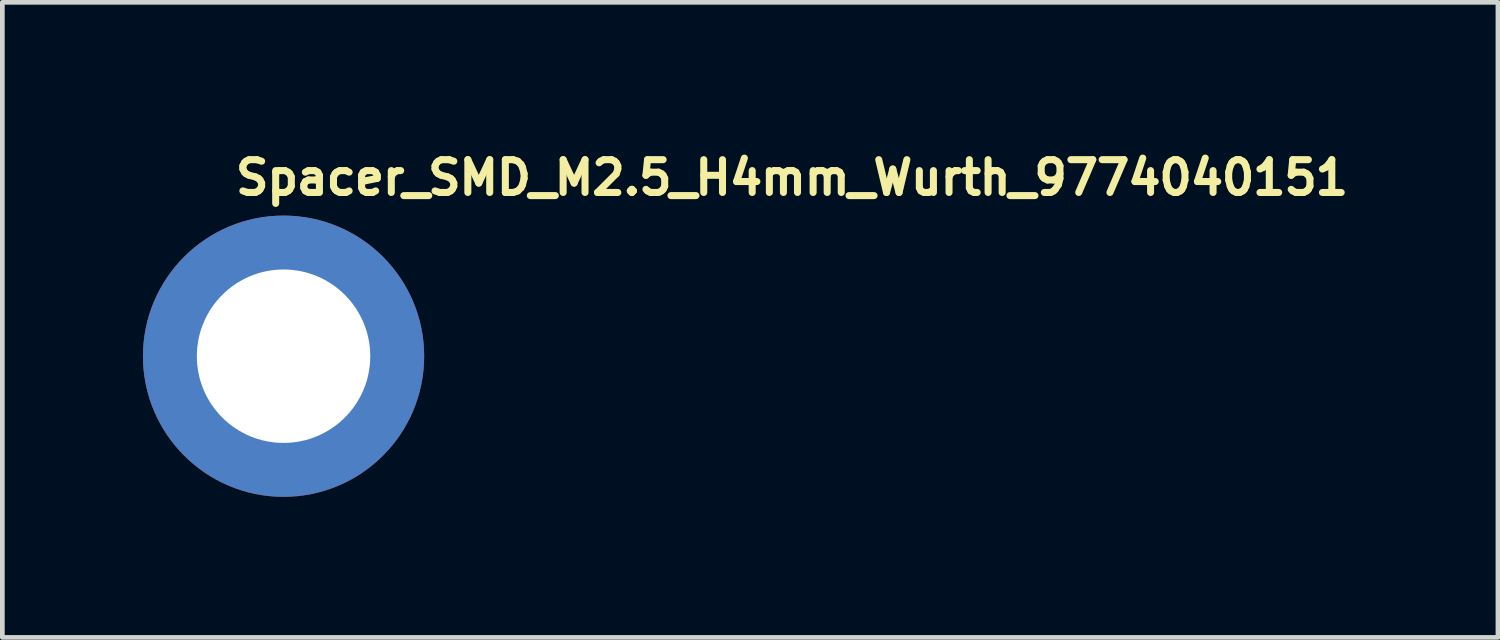
<source format=kicad_pcb>
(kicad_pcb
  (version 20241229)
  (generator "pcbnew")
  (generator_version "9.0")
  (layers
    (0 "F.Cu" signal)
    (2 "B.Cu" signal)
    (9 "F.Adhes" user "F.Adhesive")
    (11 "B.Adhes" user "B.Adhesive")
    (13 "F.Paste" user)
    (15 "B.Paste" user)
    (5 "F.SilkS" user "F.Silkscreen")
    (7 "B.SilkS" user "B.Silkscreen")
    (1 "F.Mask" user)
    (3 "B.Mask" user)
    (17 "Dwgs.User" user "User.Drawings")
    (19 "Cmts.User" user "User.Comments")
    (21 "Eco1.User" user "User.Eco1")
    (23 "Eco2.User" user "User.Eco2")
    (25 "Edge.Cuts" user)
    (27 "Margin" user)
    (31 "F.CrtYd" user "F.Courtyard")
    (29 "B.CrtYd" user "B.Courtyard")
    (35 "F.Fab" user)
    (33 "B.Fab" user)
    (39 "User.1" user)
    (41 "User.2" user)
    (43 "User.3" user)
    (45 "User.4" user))
  (footprint "Spacer_SMD_M2.5_H4mm_Wurth_9774040151"
    (layer "F.Cu")
    (at 3 4.55)
    (property "Reference" "Spacer_SMD_M2.5_H4mm_Wurth_9774040151" (at -1.1 -3.4 0) (layer "F.SilkS") (effects (font (size 0.7 0.7) (thickness 0.15)) (justify left bottom)))
    (attr smd)
    (fp_circle (center 0 0) (end 2.499 0) (stroke (width 1) (type solid)) (fill no) (layer "F.Paste"))
    (fp_line (start -2.551 0) (end -2.551 0) (stroke (width 0.02) (type solid)) (layer "User.9"))
    (fp_line (start -2.551 0) (end -2.548 0.131) (stroke (width 0.02) (type solid)) (layer "User.9"))
    (fp_line (start -2.548 -0.133) (end -2.551 0) (stroke (width 0.02) (type solid)) (layer "User.9"))
    (fp_line (start -2.548 0.131) (end -2.537 0.26) (stroke (width 0.02) (type solid)) (layer "User.9"))
    (fp_line (start -2.537 -0.262) (end -2.548 -0.133) (stroke (width 0.02) (type solid)) (layer "User.9"))
    (fp_line (start -2.537 0.26) (end -2.521 0.388) (stroke (width 0.02) (type solid)) (layer "User.9"))
    (fp_line (start -2.521 -0.39) (end -2.537 -0.262) (stroke (width 0.02) (type solid)) (layer "User.9"))
    (fp_line (start -2.521 0.388) (end -2.5 0.513) (stroke (width 0.02) (type solid)) (layer "User.9"))
    (fp_line (start -2.5 -0.515) (end -2.521 -0.39) (stroke (width 0.02) (type solid)) (layer "User.9"))
    (fp_line (start -2.5 0.513) (end -2.471 0.636) (stroke (width 0.02) (type solid)) (layer "User.9"))
    (fp_line (start -2.471 -0.638) (end -2.5 -0.515) (stroke (width 0.02) (type solid)) (layer "User.9"))
    (fp_line (start -2.471 0.636) (end -2.436 0.757) (stroke (width 0.02) (type solid)) (layer "User.9"))
    (fp_line (start -2.436 -0.759) (end -2.471 -0.638) (stroke (width 0.02) (type solid)) (layer "User.9"))
    (fp_line (start -2.436 0.757) (end -2.396 0.875) (stroke (width 0.02) (type solid)) (layer "User.9"))
    (fp_line (start -2.396 -0.877) (end -2.436 -0.759) (stroke (width 0.02) (type solid)) (layer "User.9"))
    (fp_line (start -2.396 0.875) (end -2.351 0.991) (stroke (width 0.02) (type solid)) (layer "User.9"))
    (fp_line (start -2.351 -0.993) (end -2.396 -0.877) (stroke (width 0.02) (type solid)) (layer "User.9"))
    (fp_line (start -2.351 0.991) (end -2.299 1.104) (stroke (width 0.02) (type solid)) (layer "User.9"))
    (fp_line (start -2.299 -1.107) (end -2.351 -0.993) (stroke (width 0.02) (type solid)) (layer "User.9"))
    (fp_line (start -2.299 1.104) (end -2.243 1.215) (stroke (width 0.02) (type solid)) (layer "User.9"))
    (fp_line (start -2.243 -1.216) (end -2.299 -1.107) (stroke (width 0.02) (type solid)) (layer "User.9"))
    (fp_line (start -2.243 1.215) (end -2.182 1.322) (stroke (width 0.02) (type solid)) (layer "User.9"))
    (fp_line (start -2.182 -1.323) (end -2.243 -1.216) (stroke (width 0.02) (type solid)) (layer "User.9"))
    (fp_line (start -2.182 1.322) (end -2.116 1.425) (stroke (width 0.02) (type solid)) (layer "User.9"))
    (fp_line (start -2.116 -1.426) (end -2.182 -1.323) (stroke (width 0.02) (type solid)) (layer "User.9"))
    (fp_line (start -2.116 1.425) (end -2.044 1.525) (stroke (width 0.02) (type solid)) (layer "User.9"))
    (fp_line (start -2.044 -1.526) (end -2.116 -1.426) (stroke (width 0.02) (type solid)) (layer "User.9"))
    (fp_line (start -2.044 1.525) (end -1.968 1.622) (stroke (width 0.02) (type solid)) (layer "User.9"))
    (fp_line (start -1.968 -1.623) (end -2.044 -1.526) (stroke (width 0.02) (type solid)) (layer "User.9"))
    (fp_line (start -1.968 1.622) (end -1.889 1.713) (stroke (width 0.02) (type solid)) (layer "User.9"))
    (fp_line (start -1.889 -1.716) (end -1.968 -1.623) (stroke (width 0.02) (type solid)) (layer "User.9"))
    (fp_line (start -1.889 1.713) (end -1.805 1.802) (stroke (width 0.02) (type solid)) (layer "User.9"))
    (fp_line (start -1.805 -1.805) (end -1.889 -1.716) (stroke (width 0.02) (type solid)) (layer "User.9"))
    (fp_line (start -1.805 1.802) (end -1.716 1.886) (stroke (width 0.02) (type solid)) (layer "User.9"))
    (fp_line (start -1.716 -1.889) (end -1.805 -1.805) (stroke (width 0.02) (type solid)) (layer "User.9"))
    (fp_line (start -1.716 1.886) (end -1.623 1.967) (stroke (width 0.02) (type solid)) (layer "User.9"))
    (fp_line (start -1.623 -1.968) (end -1.716 -1.889) (stroke (width 0.02) (type solid)) (layer "User.9"))
    (fp_line (start -1.623 1.967) (end -1.526 2.043) (stroke (width 0.02) (type solid)) (layer "User.9"))
    (fp_line (start -1.526 -2.044) (end -1.623 -1.968) (stroke (width 0.02) (type solid)) (layer "User.9"))
    (fp_line (start -1.526 2.043) (end -1.426 2.113) (stroke (width 0.02) (type solid)) (layer "User.9"))
    (fp_line (start -1.426 -2.116) (end -1.526 -2.044) (stroke (width 0.02) (type solid)) (layer "User.9"))
    (fp_line (start -1.426 2.113) (end -1.323 2.18) (stroke (width 0.02) (type solid)) (layer "User.9"))
    (fp_line (start -1.323 -2.182) (end -1.426 -2.116) (stroke (width 0.02) (type solid)) (layer "User.9"))
    (fp_line (start -1.323 2.18) (end -1.216 2.241) (stroke (width 0.02) (type solid)) (layer "User.9"))
    (fp_line (start -1.216 -2.243) (end -1.323 -2.182) (stroke (width 0.02) (type solid)) (layer "User.9"))
    (fp_line (start -1.216 2.241) (end -1.107 2.297) (stroke (width 0.02) (type solid)) (layer "User.9"))
    (fp_line (start -1.107 -2.299) (end -1.216 -2.243) (stroke (width 0.02) (type solid)) (layer "User.9"))
    (fp_line (start -1.107 2.297) (end -0.993 2.349) (stroke (width 0.02) (type solid)) (layer "User.9"))
    (fp_line (start -1.008 0) (end -1.008 0) (stroke (width 0.02) (type solid)) (layer "User.9"))
    (fp_line (start -1.008 0) (end -1.006 0.051) (stroke (width 0.02) (type solid)) (layer "User.9"))
    (fp_line (start -1.006 -0.053) (end -1.008 0) (stroke (width 0.02) (type solid)) (layer "User.9"))
    (fp_line (start -1.006 0.051) (end -1.002 0.102) (stroke (width 0.02) (type solid)) (layer "User.9"))
    (fp_line (start -1.002 -0.104) (end -1.006 -0.053) (stroke (width 0.02) (type solid)) (layer "User.9"))
    (fp_line (start -1.002 0.102) (end -0.995 0.152) (stroke (width 0.02) (type solid)) (layer "User.9"))
    (fp_line (start -0.995 -0.154) (end -1.002 -0.104) (stroke (width 0.02) (type solid)) (layer "User.9"))
    (fp_line (start -0.995 0.152) (end -0.987 0.202) (stroke (width 0.02) (type solid)) (layer "User.9"))
    (fp_line (start -0.993 -2.351) (end -1.107 -2.299) (stroke (width 0.02) (type solid)) (layer "User.9"))
    (fp_line (start -0.993 2.349) (end -0.877 2.394) (stroke (width 0.02) (type solid)) (layer "User.9"))
    (fp_line (start -0.987 -0.204) (end -0.995 -0.154) (stroke (width 0.02) (type solid)) (layer "User.9"))
    (fp_line (start -0.987 0.202) (end -0.975 0.25) (stroke (width 0.02) (type solid)) (layer "User.9"))
    (fp_line (start -0.975 -0.252) (end -0.987 -0.204) (stroke (width 0.02) (type solid)) (layer "User.9"))
    (fp_line (start -0.975 0.25) (end -0.962 0.298) (stroke (width 0.02) (type solid)) (layer "User.9"))
    (fp_line (start -0.962 -0.3) (end -0.975 -0.252) (stroke (width 0.02) (type solid)) (layer "User.9"))
    (fp_line (start -0.962 0.298) (end -0.947 0.346) (stroke (width 0.02) (type solid)) (layer "User.9"))
    (fp_line (start -0.947 -0.348) (end -0.962 -0.3) (stroke (width 0.02) (type solid)) (layer "User.9"))
    (fp_line (start -0.947 0.346) (end -0.929 0.391) (stroke (width 0.02) (type solid)) (layer "User.9"))
    (fp_line (start -0.929 -0.393) (end -0.947 -0.348) (stroke (width 0.02) (type solid)) (layer "User.9"))
    (fp_line (start -0.929 0.391) (end -0.909 0.435) (stroke (width 0.02) (type solid)) (layer "User.9"))
    (fp_line (start -0.909 -0.437) (end -0.929 -0.393) (stroke (width 0.02) (type solid)) (layer "User.9"))
    (fp_line (start -0.909 0.435) (end -0.886 0.479) (stroke (width 0.02) (type solid)) (layer "User.9"))
    (fp_line (start -0.886 -0.48) (end -0.909 -0.437) (stroke (width 0.02) (type solid)) (layer "User.9"))
    (fp_line (start -0.886 0.479) (end -0.861 0.521) (stroke (width 0.02) (type solid)) (layer "User.9"))
    (fp_line (start -0.877 -2.396) (end -0.993 -2.351) (stroke (width 0.02) (type solid)) (layer "User.9"))
    (fp_line (start -0.877 2.394) (end -0.759 2.435) (stroke (width 0.02) (type solid)) (layer "User.9"))
    (fp_line (start -0.861 -0.523) (end -0.886 -0.48) (stroke (width 0.02) (type solid)) (layer "User.9"))
    (fp_line (start -0.861 0.521) (end -0.835 0.562) (stroke (width 0.02) (type solid)) (layer "User.9"))
    (fp_line (start -0.835 -0.564) (end -0.861 -0.523) (stroke (width 0.02) (type solid)) (layer "User.9"))
    (fp_line (start -0.835 0.562) (end -0.808 0.601) (stroke (width 0.02) (type solid)) (layer "User.9"))
    (fp_line (start -0.808 -0.603) (end -0.835 -0.564) (stroke (width 0.02) (type solid)) (layer "User.9"))
    (fp_line (start -0.808 0.601) (end -0.778 0.64) (stroke (width 0.02) (type solid)) (layer "User.9"))
    (fp_line (start -0.778 -0.642) (end -0.808 -0.603) (stroke (width 0.02) (type solid)) (layer "User.9"))
    (fp_line (start -0.778 0.64) (end -0.746 0.676) (stroke (width 0.02) (type solid)) (layer "User.9"))
    (fp_line (start -0.759 -2.436) (end -0.877 -2.396) (stroke (width 0.02) (type solid)) (layer "User.9"))
    (fp_line (start -0.759 2.435) (end -0.638 2.468) (stroke (width 0.02) (type solid)) (layer "User.9"))
    (fp_line (start -0.746 -0.678) (end -0.778 -0.642) (stroke (width 0.02) (type solid)) (layer "User.9"))
    (fp_line (start -0.746 0.676) (end -0.712 0.71) (stroke (width 0.02) (type solid)) (layer "User.9"))
    (fp_line (start -0.712 -0.712) (end -0.746 -0.678) (stroke (width 0.02) (type solid)) (layer "User.9"))
    (fp_line (start -0.712 0.71) (end -0.678 0.744) (stroke (width 0.02) (type solid)) (layer "User.9"))
    (fp_line (start -0.678 -0.746) (end -0.712 -0.712) (stroke (width 0.02) (type solid)) (layer "User.9"))
    (fp_line (start -0.678 0.744) (end -0.642 0.776) (stroke (width 0.02) (type solid)) (layer "User.9"))
    (fp_line (start -0.642 -0.778) (end -0.678 -0.746) (stroke (width 0.02) (type solid)) (layer "User.9"))
    (fp_line (start -0.642 0.776) (end -0.603 0.806) (stroke (width 0.02) (type solid)) (layer "User.9"))
    (fp_line (start -0.638 -2.471) (end -0.759 -2.436) (stroke (width 0.02) (type solid)) (layer "User.9"))
    (fp_line (start -0.638 2.468) (end -0.515 2.498) (stroke (width 0.02) (type solid)) (layer "User.9"))
    (fp_line (start -0.603 -0.808) (end -0.642 -0.778) (stroke (width 0.02) (type solid)) (layer "User.9"))
    (fp_line (start -0.603 0.806) (end -0.564 0.833) (stroke (width 0.02) (type solid)) (layer "User.9"))
    (fp_line (start -0.564 -0.835) (end -0.603 -0.808) (stroke (width 0.02) (type solid)) (layer "User.9"))
    (fp_line (start -0.564 0.833) (end -0.523 0.859) (stroke (width 0.02) (type solid)) (layer "User.9"))
    (fp_line (start -0.523 -0.861) (end -0.564 -0.835) (stroke (width 0.02) (type solid)) (layer "User.9"))
    (fp_line (start -0.523 0.859) (end -0.48 0.884) (stroke (width 0.02) (type solid)) (layer "User.9"))
    (fp_line (start -0.515 -2.5) (end -0.638 -2.471) (stroke (width 0.02) (type solid)) (layer "User.9"))
    (fp_line (start -0.515 2.498) (end -0.39 2.519) (stroke (width 0.02) (type solid)) (layer "User.9"))
    (fp_line (start -0.48 -0.886) (end -0.523 -0.861) (stroke (width 0.02) (type solid)) (layer "User.9"))
    (fp_line (start -0.48 0.884) (end -0.437 0.907) (stroke (width 0.02) (type solid)) (layer "User.9"))
    (fp_line (start -0.437 -0.909) (end -0.48 -0.886) (stroke (width 0.02) (type solid)) (layer "User.9"))
    (fp_line (start -0.437 0.907) (end -0.393 0.927) (stroke (width 0.02) (type solid)) (layer "User.9"))
    (fp_line (start -0.393 -0.929) (end -0.437 -0.909) (stroke (width 0.02) (type solid)) (layer "User.9"))
    (fp_line (start -0.393 0.927) (end -0.348 0.945) (stroke (width 0.02) (type solid)) (layer "User.9"))
    (fp_line (start -0.39 -2.521) (end -0.515 -2.5) (stroke (width 0.02) (type solid)) (layer "User.9"))
    (fp_line (start -0.39 2.519) (end -0.262 2.535) (stroke (width 0.02) (type solid)) (layer "User.9"))
    (fp_line (start -0.348 -0.947) (end -0.393 -0.929) (stroke (width 0.02) (type solid)) (layer "User.9"))
    (fp_line (start -0.348 0.945) (end -0.3 0.96) (stroke (width 0.02) (type solid)) (layer "User.9"))
    (fp_line (start -0.3 -0.962) (end -0.348 -0.947) (stroke (width 0.02) (type solid)) (layer "User.9"))
    (fp_line (start -0.3 0.96) (end -0.252 0.973) (stroke (width 0.02) (type solid)) (layer "User.9"))
    (fp_line (start -0.262 -2.537) (end -0.39 -2.521) (stroke (width 0.02) (type solid)) (layer "User.9"))
    (fp_line (start -0.262 2.535) (end -0.133 2.546) (stroke (width 0.02) (type solid)) (layer "User.9"))
    (fp_line (start -0.252 -0.975) (end -0.3 -0.962) (stroke (width 0.02) (type solid)) (layer "User.9"))
    (fp_line (start -0.252 0.973) (end -0.204 0.985) (stroke (width 0.02) (type solid)) (layer "User.9"))
    (fp_line (start -0.204 -0.987) (end -0.252 -0.975) (stroke (width 0.02) (type solid)) (layer "User.9"))
    (fp_line (start -0.204 0.985) (end -0.154 0.993) (stroke (width 0.02) (type solid)) (layer "User.9"))
    (fp_line (start -0.154 -0.995) (end -0.204 -0.987) (stroke (width 0.02) (type solid)) (layer "User.9"))
    (fp_line (start -0.154 0.993) (end -0.104 1.001) (stroke (width 0.02) (type solid)) (layer "User.9"))
    (fp_line (start -0.133 -2.548) (end -0.262 -2.537) (stroke (width 0.02) (type solid)) (layer "User.9"))
    (fp_line (start -0.133 2.546) (end 0 2.548) (stroke (width 0.02) (type solid)) (layer "User.9"))
    (fp_line (start -0.104 -1.002) (end -0.154 -0.995) (stroke (width 0.02) (type solid)) (layer "User.9"))
    (fp_line (start -0.104 1.001) (end -0.053 1.005) (stroke (width 0.02) (type solid)) (layer "User.9"))
    (fp_line (start -0.053 -1.006) (end -0.104 -1.002) (stroke (width 0.02) (type solid)) (layer "User.9"))
    (fp_line (start -0.053 1.005) (end 0 1.005) (stroke (width 0.02) (type solid)) (layer "User.9"))
    (fp_line (start 0 -2.551) (end -0.133 -2.548) (stroke (width 0.02) (type solid)) (layer "User.9"))
    (fp_line (start 0 -2.551) (end 0 -2.551) (stroke (width 0.02) (type solid)) (layer "User.9"))
    (fp_line (start 0 -1.008) (end -0.053 -1.006) (stroke (width 0.02) (type solid)) (layer "User.9"))
    (fp_line (start 0 -1.008) (end 0 -1.008) (stroke (width 0.02) (type solid)) (layer "User.9"))
    (fp_line (start 0 1.005) (end 0 1.005) (stroke (width 0.02) (type solid)) (layer "User.9"))
    (fp_line (start 0 1.005) (end 0.051 1.005) (stroke (width 0.02) (type solid)) (layer "User.9"))
    (fp_line (start 0 2.548) (end 0 2.548) (stroke (width 0.02) (type solid)) (layer "User.9"))
    (fp_line (start 0 2.548) (end 0.131 2.546) (stroke (width 0.02) (type solid)) (layer "User.9"))
    (fp_line (start 0.051 -1.006) (end 0 -1.008) (stroke (width 0.02) (type solid)) (layer "User.9"))
    (fp_line (start 0.051 1.005) (end 0.102 1.001) (stroke (width 0.02) (type solid)) (layer "User.9"))
    (fp_line (start 0.102 -1.002) (end 0.051 -1.006) (stroke (width 0.02) (type solid)) (layer "User.9"))
    (fp_line (start 0.102 1.001) (end 0.152 0.993) (stroke (width 0.02) (type solid)) (layer "User.9"))
    (fp_line (start 0.131 -2.548) (end 0 -2.551) (stroke (width 0.02) (type solid)) (layer "User.9"))
    (fp_line (start 0.131 2.546) (end 0.26 2.535) (stroke (width 0.02) (type solid)) (layer "User.9"))
    (fp_line (start 0.152 -0.995) (end 0.102 -1.002) (stroke (width 0.02) (type solid)) (layer "User.9"))
    (fp_line (start 0.152 0.993) (end 0.202 0.985) (stroke (width 0.02) (type solid)) (layer "User.9"))
    (fp_line (start 0.202 -0.987) (end 0.152 -0.995) (stroke (width 0.02) (type solid)) (layer "User.9"))
    (fp_line (start 0.202 0.985) (end 0.25 0.973) (stroke (width 0.02) (type solid)) (layer "User.9"))
    (fp_line (start 0.25 -0.975) (end 0.202 -0.987) (stroke (width 0.02) (type solid)) (layer "User.9"))
    (fp_line (start 0.25 0.973) (end 0.298 0.96) (stroke (width 0.02) (type solid)) (layer "User.9"))
    (fp_line (start 0.26 -2.537) (end 0.131 -2.548) (stroke (width 0.02) (type solid)) (layer "User.9"))
    (fp_line (start 0.26 2.535) (end 0.388 2.519) (stroke (width 0.02) (type solid)) (layer "User.9"))
    (fp_line (start 0.298 -0.962) (end 0.25 -0.975) (stroke (width 0.02) (type solid)) (layer "User.9"))
    (fp_line (start 0.298 0.96) (end 0.346 0.945) (stroke (width 0.02) (type solid)) (layer "User.9"))
    (fp_line (start 0.346 -0.947) (end 0.298 -0.962) (stroke (width 0.02) (type solid)) (layer "User.9"))
    (fp_line (start 0.346 0.945) (end 0.391 0.927) (stroke (width 0.02) (type solid)) (layer "User.9"))
    (fp_line (start 0.388 -2.521) (end 0.26 -2.537) (stroke (width 0.02) (type solid)) (layer "User.9"))
    (fp_line (start 0.388 2.519) (end 0.513 2.498) (stroke (width 0.02) (type solid)) (layer "User.9"))
    (fp_line (start 0.391 -0.929) (end 0.346 -0.947) (stroke (width 0.02) (type solid)) (layer "User.9"))
    (fp_line (start 0.391 0.927) (end 0.435 0.907) (stroke (width 0.02) (type solid)) (layer "User.9"))
    (fp_line (start 0.435 -0.909) (end 0.391 -0.929) (stroke (width 0.02) (type solid)) (layer "User.9"))
    (fp_line (start 0.435 0.907) (end 0.479 0.884) (stroke (width 0.02) (type solid)) (layer "User.9"))
    (fp_line (start 0.479 -0.886) (end 0.435 -0.909) (stroke (width 0.02) (type solid)) (layer "User.9"))
    (fp_line (start 0.479 0.884) (end 0.521 0.859) (stroke (width 0.02) (type solid)) (layer "User.9"))
    (fp_line (start 0.513 -2.5) (end 0.388 -2.521) (stroke (width 0.02) (type solid)) (layer "User.9"))
    (fp_line (start 0.513 2.498) (end 0.636 2.468) (stroke (width 0.02) (type solid)) (layer "User.9"))
    (fp_line (start 0.521 -0.861) (end 0.479 -0.886) (stroke (width 0.02) (type solid)) (layer "User.9"))
    (fp_line (start 0.521 0.859) (end 0.562 0.833) (stroke (width 0.02) (type solid)) (layer "User.9"))
    (fp_line (start 0.562 -0.835) (end 0.521 -0.861) (stroke (width 0.02) (type solid)) (layer "User.9"))
    (fp_line (start 0.562 0.833) (end 0.601 0.806) (stroke (width 0.02) (type solid)) (layer "User.9"))
    (fp_line (start 0.601 -0.808) (end 0.562 -0.835) (stroke (width 0.02) (type solid)) (layer "User.9"))
    (fp_line (start 0.601 0.806) (end 0.64 0.776) (stroke (width 0.02) (type solid)) (layer "User.9"))
    (fp_line (start 0.636 -2.471) (end 0.513 -2.5) (stroke (width 0.02) (type solid)) (layer "User.9"))
    (fp_line (start 0.636 2.468) (end 0.757 2.435) (stroke (width 0.02) (type solid)) (layer "User.9"))
    (fp_line (start 0.64 -0.778) (end 0.601 -0.808) (stroke (width 0.02) (type solid)) (layer "User.9"))
    (fp_line (start 0.64 0.776) (end 0.676 0.744) (stroke (width 0.02) (type solid)) (layer "User.9"))
    (fp_line (start 0.676 -0.746) (end 0.64 -0.778) (stroke (width 0.02) (type solid)) (layer "User.9"))
    (fp_line (start 0.676 0.744) (end 0.71 0.71) (stroke (width 0.02) (type solid)) (layer "User.9"))
    (fp_line (start 0.71 -0.712) (end 0.676 -0.746) (stroke (width 0.02) (type solid)) (layer "User.9"))
    (fp_line (start 0.71 0.71) (end 0.744 0.676) (stroke (width 0.02) (type solid)) (layer "User.9"))
    (fp_line (start 0.744 -0.678) (end 0.71 -0.712) (stroke (width 0.02) (type solid)) (layer "User.9"))
    (fp_line (start 0.744 0.676) (end 0.776 0.64) (stroke (width 0.02) (type solid)) (layer "User.9"))
    (fp_line (start 0.757 -2.436) (end 0.636 -2.471) (stroke (width 0.02) (type solid)) (layer "User.9"))
    (fp_line (start 0.757 2.435) (end 0.875 2.394) (stroke (width 0.02) (type solid)) (layer "User.9"))
    (fp_line (start 0.776 -0.642) (end 0.744 -0.678) (stroke (width 0.02) (type solid)) (layer "User.9"))
    (fp_line (start 0.776 0.64) (end 0.806 0.601) (stroke (width 0.02) (type solid)) (layer "User.9"))
    (fp_line (start 0.806 -0.603) (end 0.776 -0.642) (stroke (width 0.02) (type solid)) (layer "User.9"))
    (fp_line (start 0.806 0.601) (end 0.833 0.562) (stroke (width 0.02) (type solid)) (layer "User.9"))
    (fp_line (start 0.833 -0.564) (end 0.806 -0.603) (stroke (width 0.02) (type solid)) (layer "User.9"))
    (fp_line (start 0.833 0.562) (end 0.859 0.521) (stroke (width 0.02) (type solid)) (layer "User.9"))
    (fp_line (start 0.859 -0.523) (end 0.833 -0.564) (stroke (width 0.02) (type solid)) (layer "User.9"))
    (fp_line (start 0.859 0.521) (end 0.884 0.479) (stroke (width 0.02) (type solid)) (layer "User.9"))
    (fp_line (start 0.875 -2.396) (end 0.757 -2.436) (stroke (width 0.02) (type solid)) (layer "User.9"))
    (fp_line (start 0.875 2.394) (end 0.991 2.349) (stroke (width 0.02) (type solid)) (layer "User.9"))
    (fp_line (start 0.884 -0.48) (end 0.859 -0.523) (stroke (width 0.02) (type solid)) (layer "User.9"))
    (fp_line (start 0.884 0.479) (end 0.907 0.435) (stroke (width 0.02) (type solid)) (layer "User.9"))
    (fp_line (start 0.907 -0.437) (end 0.884 -0.48) (stroke (width 0.02) (type solid)) (layer "User.9"))
    (fp_line (start 0.907 0.435) (end 0.927 0.391) (stroke (width 0.02) (type solid)) (layer "User.9"))
    (fp_line (start 0.927 -0.393) (end 0.907 -0.437) (stroke (width 0.02) (type solid)) (layer "User.9"))
    (fp_line (start 0.927 0.391) (end 0.945 0.346) (stroke (width 0.02) (type solid)) (layer "User.9"))
    (fp_line (start 0.945 -0.348) (end 0.927 -0.393) (stroke (width 0.02) (type solid)) (layer "User.9"))
    (fp_line (start 0.945 0.346) (end 0.96 0.298) (stroke (width 0.02) (type solid)) (layer "User.9"))
    (fp_line (start 0.96 -0.3) (end 0.945 -0.348) (stroke (width 0.02) (type solid)) (layer "User.9"))
    (fp_line (start 0.96 0.298) (end 0.973 0.25) (stroke (width 0.02) (type solid)) (layer "User.9"))
    (fp_line (start 0.973 -0.252) (end 0.96 -0.3) (stroke (width 0.02) (type solid)) (layer "User.9"))
    (fp_line (start 0.973 0.25) (end 0.985 0.202) (stroke (width 0.02) (type solid)) (layer "User.9"))
    (fp_line (start 0.985 -0.204) (end 0.973 -0.252) (stroke (width 0.02) (type solid)) (layer "User.9"))
    (fp_line (start 0.985 0.202) (end 0.993 0.152) (stroke (width 0.02) (type solid)) (layer "User.9"))
    (fp_line (start 0.991 -2.351) (end 0.875 -2.396) (stroke (width 0.02) (type solid)) (layer "User.9"))
    (fp_line (start 0.991 2.349) (end 1.104 2.297) (stroke (width 0.02) (type solid)) (layer "User.9"))
    (fp_line (start 0.993 -0.154) (end 0.985 -0.204) (stroke (width 0.02) (type solid)) (layer "User.9"))
    (fp_line (start 0.993 0.152) (end 1.001 0.102) (stroke (width 0.02) (type solid)) (layer "User.9"))
    (fp_line (start 1.001 -0.104) (end 0.993 -0.154) (stroke (width 0.02) (type solid)) (layer "User.9"))
    (fp_line (start 1.001 0.102) (end 1.005 0.051) (stroke (width 0.02) (type solid)) (layer "User.9"))
    (fp_line (start 1.005 -0.053) (end 1.001 -0.104) (stroke (width 0.02) (type solid)) (layer "User.9"))
    (fp_line (start 1.005 0) (end 1.005 -0.053) (stroke (width 0.02) (type solid)) (layer "User.9"))
    (fp_line (start 1.005 0) (end 1.005 0) (stroke (width 0.02) (type solid)) (layer "User.9"))
    (fp_line (start 1.005 0) (end 1.005 0) (stroke (width 0.02) (type solid)) (layer "User.9"))
    (fp_line (start 1.005 0.051) (end 1.005 0) (stroke (width 0.02) (type solid)) (layer "User.9"))
    (fp_line (start 1.104 -2.299) (end 0.991 -2.351) (stroke (width 0.02) (type solid)) (layer "User.9"))
    (fp_line (start 1.104 2.297) (end 1.215 2.241) (stroke (width 0.02) (type solid)) (layer "User.9"))
    (fp_line (start 1.215 -2.243) (end 1.104 -2.299) (stroke (width 0.02) (type solid)) (layer "User.9"))
    (fp_line (start 1.215 2.241) (end 1.322 2.18) (stroke (width 0.02) (type solid)) (layer "User.9"))
    (fp_line (start 1.322 -2.182) (end 1.215 -2.243) (stroke (width 0.02) (type solid)) (layer "User.9"))
    (fp_line (start 1.322 2.18) (end 1.425 2.113) (stroke (width 0.02) (type solid)) (layer "User.9"))
    (fp_line (start 1.425 -2.116) (end 1.322 -2.182) (stroke (width 0.02) (type solid)) (layer "User.9"))
    (fp_line (start 1.425 2.113) (end 1.525 2.043) (stroke (width 0.02) (type solid)) (layer "User.9"))
    (fp_line (start 1.525 -2.044) (end 1.425 -2.116) (stroke (width 0.02) (type solid)) (layer "User.9"))
    (fp_line (start 1.525 2.043) (end 1.622 1.967) (stroke (width 0.02) (type solid)) (layer "User.9"))
    (fp_line (start 1.622 -1.968) (end 1.525 -2.044) (stroke (width 0.02) (type solid)) (layer "User.9"))
    (fp_line (start 1.622 1.967) (end 1.713 1.886) (stroke (width 0.02) (type solid)) (layer "User.9"))
    (fp_line (start 1.713 -1.889) (end 1.622 -1.968) (stroke (width 0.02) (type solid)) (layer "User.9"))
    (fp_line (start 1.713 1.886) (end 1.802 1.802) (stroke (width 0.02) (type solid)) (layer "User.9"))
    (fp_line (start 1.802 -1.805) (end 1.713 -1.889) (stroke (width 0.02) (type solid)) (layer "User.9"))
    (fp_line (start 1.802 1.802) (end 1.886 1.713) (stroke (width 0.02) (type solid)) (layer "User.9"))
    (fp_line (start 1.886 -1.716) (end 1.802 -1.805) (stroke (width 0.02) (type solid)) (layer "User.9"))
    (fp_line (start 1.886 1.713) (end 1.967 1.622) (stroke (width 0.02) (type solid)) (layer "User.9"))
    (fp_line (start 1.967 -1.623) (end 1.886 -1.716) (stroke (width 0.02) (type solid)) (layer "User.9"))
    (fp_line (start 1.967 1.622) (end 2.043 1.525) (stroke (width 0.02) (type solid)) (layer "User.9"))
    (fp_line (start 2.043 -1.526) (end 1.967 -1.623) (stroke (width 0.02) (type solid)) (layer "User.9"))
    (fp_line (start 2.043 1.525) (end 2.113 1.425) (stroke (width 0.02) (type solid)) (layer "User.9"))
    (fp_line (start 2.113 -1.426) (end 2.043 -1.526) (stroke (width 0.02) (type solid)) (layer "User.9"))
    (fp_line (start 2.113 1.425) (end 2.18 1.322) (stroke (width 0.02) (type solid)) (layer "User.9"))
    (fp_line (start 2.18 -1.323) (end 2.113 -1.426) (stroke (width 0.02) (type solid)) (layer "User.9"))
    (fp_line (start 2.18 1.322) (end 2.241 1.215) (stroke (width 0.02) (type solid)) (layer "User.9"))
    (fp_line (start 2.241 -1.216) (end 2.18 -1.323) (stroke (width 0.02) (type solid)) (layer "User.9"))
    (fp_line (start 2.241 1.215) (end 2.297 1.104) (stroke (width 0.02) (type solid)) (layer "User.9"))
    (fp_line (start 2.297 -1.107) (end 2.241 -1.216) (stroke (width 0.02) (type solid)) (layer "User.9"))
    (fp_line (start 2.297 1.104) (end 2.349 0.991) (stroke (width 0.02) (type solid)) (layer "User.9"))
    (fp_line (start 2.349 -0.993) (end 2.297 -1.107) (stroke (width 0.02) (type solid)) (layer "User.9"))
    (fp_line (start 2.349 0.991) (end 2.394 0.875) (stroke (width 0.02) (type solid)) (layer "User.9"))
    (fp_line (start 2.394 -0.877) (end 2.349 -0.993) (stroke (width 0.02) (type solid)) (layer "User.9"))
    (fp_line (start 2.394 0.875) (end 2.435 0.757) (stroke (width 0.02) (type solid)) (layer "User.9"))
    (fp_line (start 2.435 -0.759) (end 2.394 -0.877) (stroke (width 0.02) (type solid)) (layer "User.9"))
    (fp_line (start 2.435 0.757) (end 2.468 0.636) (stroke (width 0.02) (type solid)) (layer "User.9"))
    (fp_line (start 2.468 -0.638) (end 2.435 -0.759) (stroke (width 0.02) (type solid)) (layer "User.9"))
    (fp_line (start 2.468 0.636) (end 2.498 0.513) (stroke (width 0.02) (type solid)) (layer "User.9"))
    (fp_line (start 2.498 -0.515) (end 2.468 -0.638) (stroke (width 0.02) (type solid)) (layer "User.9"))
    (fp_line (start 2.498 0.513) (end 2.519 0.388) (stroke (width 0.02) (type solid)) (layer "User.9"))
    (fp_line (start 2.519 -0.39) (end 2.498 -0.515) (stroke (width 0.02) (type solid)) (layer "User.9"))
    (fp_line (start 2.519 0.388) (end 2.535 0.26) (stroke (width 0.02) (type solid)) (layer "User.9"))
    (fp_line (start 2.535 -0.262) (end 2.519 -0.39) (stroke (width 0.02) (type solid)) (layer "User.9"))
    (fp_line (start 2.535 0.26) (end 2.546 0.131) (stroke (width 0.02) (type solid)) (layer "User.9"))
    (fp_line (start 2.546 -0.133) (end 2.535 -0.262) (stroke (width 0.02) (type solid)) (layer "User.9"))
    (fp_line (start 2.546 0.131) (end 2.548 0) (stroke (width 0.02) (type solid)) (layer "User.9"))
    (fp_line (start 2.548 0) (end 2.546 -0.133) (stroke (width 0.02) (type solid)) (layer "User.9"))
    (fp_line (start 2.548 0) (end 2.548 0) (stroke (width 0.02) (type solid)) (layer "User.9"))
    (fp_line (start 2.548 0) (end 2.548 0) (stroke (width 0.02) (type solid)) (layer "User.9"))
    (pad "1" thru_hole circle (at 0 0) (size 6 6) (drill 3.7) (layers "*.Cu" "*.Mask")))
  (gr_rect
    (start -3 -3)
    (end 28.91 10.55)
    (stroke (width 0.1) (type default))
    (fill no)
    (layer "Edge.Cuts")))
</source>
